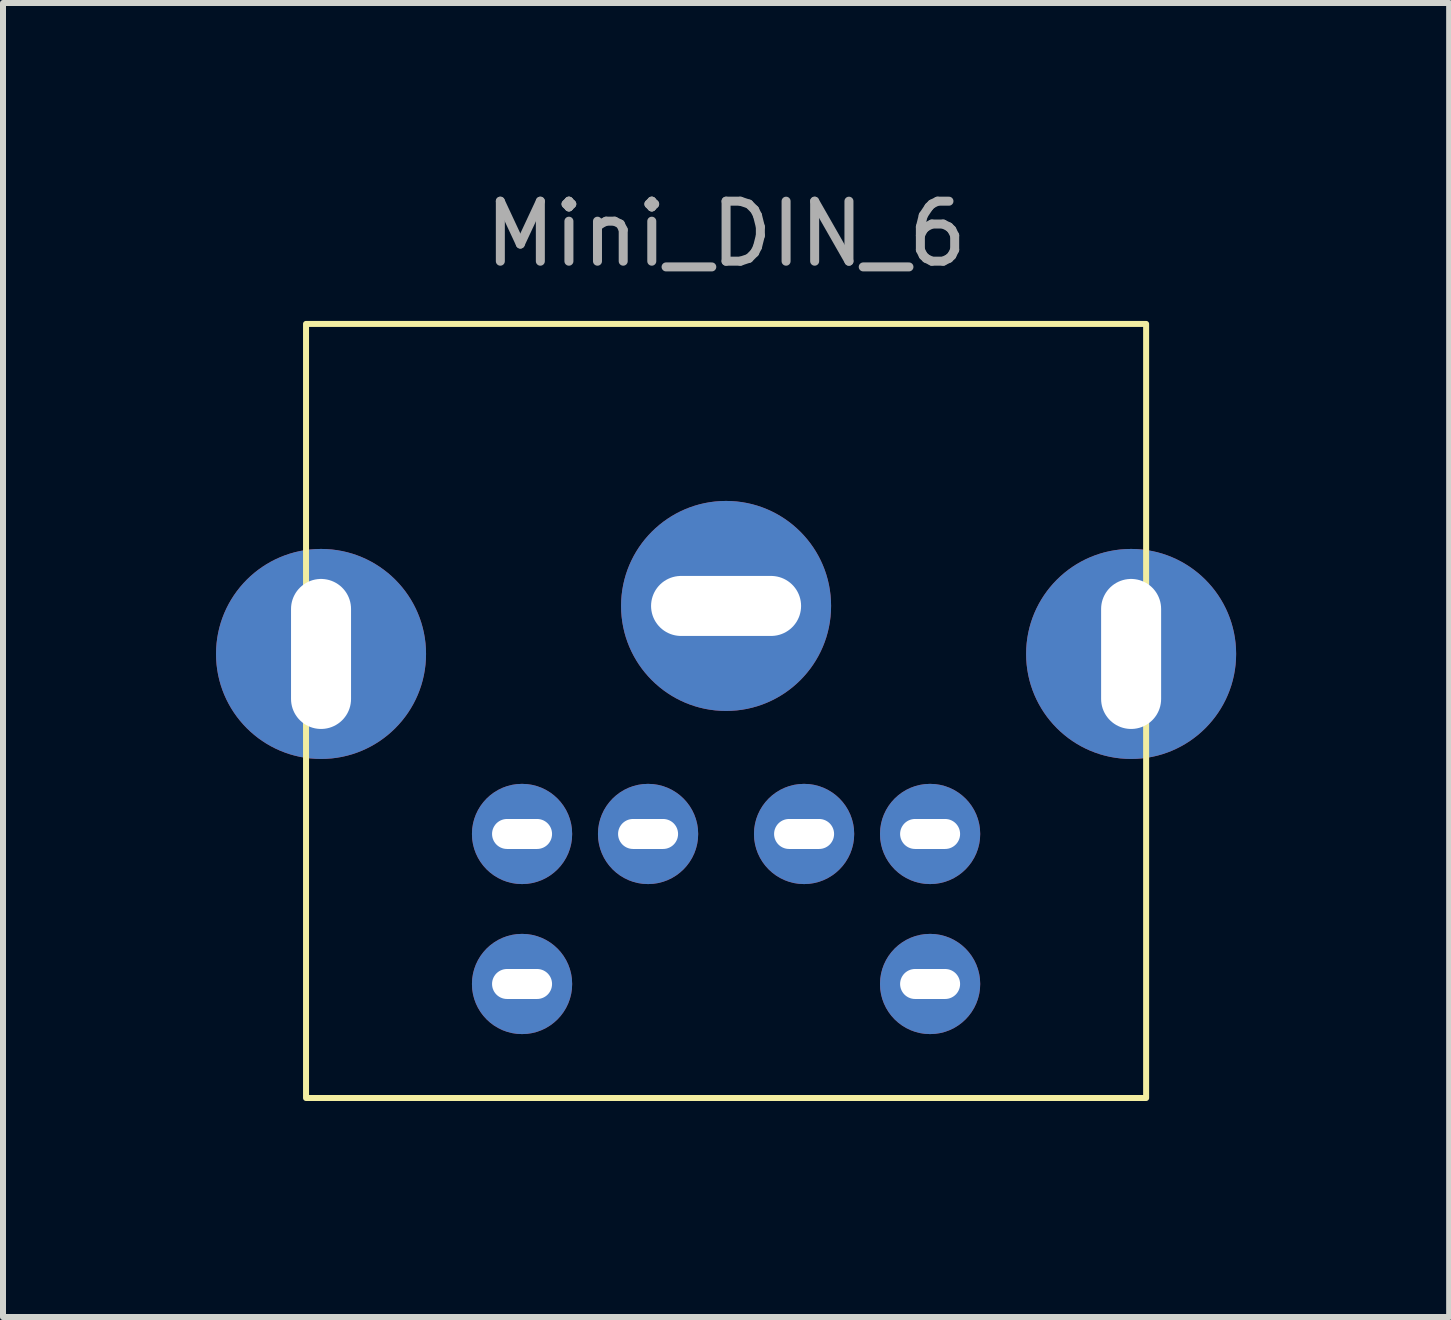
<source format=kicad_pcb>
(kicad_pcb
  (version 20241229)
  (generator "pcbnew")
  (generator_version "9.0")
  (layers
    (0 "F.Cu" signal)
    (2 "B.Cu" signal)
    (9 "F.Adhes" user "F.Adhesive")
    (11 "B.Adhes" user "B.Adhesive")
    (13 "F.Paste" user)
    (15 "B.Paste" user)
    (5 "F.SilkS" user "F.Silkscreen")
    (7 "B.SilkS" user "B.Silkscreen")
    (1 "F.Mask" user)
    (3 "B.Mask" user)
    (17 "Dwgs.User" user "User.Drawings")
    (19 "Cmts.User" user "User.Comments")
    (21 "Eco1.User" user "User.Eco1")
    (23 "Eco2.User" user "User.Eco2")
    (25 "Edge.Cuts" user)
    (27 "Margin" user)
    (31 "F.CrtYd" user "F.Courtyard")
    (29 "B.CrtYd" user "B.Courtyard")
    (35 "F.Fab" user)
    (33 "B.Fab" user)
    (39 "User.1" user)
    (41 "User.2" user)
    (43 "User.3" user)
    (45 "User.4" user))
  (footprint "Mini_DIN_6"
    (layer "F.Cu")
    (at 9.05 2.348)
    (property "Reference" "Mini_DIN_6" (at 0 -1.5 0) (unlocked yes) (layer "F.SilkS") (effects (font (size 1 1) (thickness 0.1))))
    (attr through_hole)
    (fp_rect (start -7 0) (end 7 12.9) (stroke (width 0.1) (type solid)) (fill no) (layer "F.SilkS"))
    (fp_rect (start -9 -0.5) (end 9 13.5) (stroke (width 0.1) (type solid)) (fill no) (layer "Margin"))
    (fp_text user "${REFERENCE}" (at 0 -1.5 0) (unlocked yes) (layer "F.Fab") (effects (font (size 1 1) (thickness 0.15))))
    (pad "1" thru_hole circle (at 1.3 8.5) (size 1.67 1.67) (drill oval 1 0.5) (layers "*.Cu" "*.Mask"))
    (pad "2" thru_hole circle (at -1.3 8.5) (size 1.67 1.67) (drill oval 1 0.5) (layers "*.Cu" "*.Mask"))
    (pad "3" thru_hole circle (at 3.4 8.5) (size 1.67 1.67) (drill oval 1 0.5) (layers "*.Cu" "*.Mask"))
    (pad "4" thru_hole circle (at -3.4 8.5) (size 1.67 1.67) (drill oval 1 0.5) (layers "*.Cu" "*.Mask"))
    (pad "5" thru_hole circle (at 3.4 11) (size 1.67 1.67) (drill oval 1 0.5) (layers "*.Cu" "*.Mask"))
    (pad "6" thru_hole circle (at -3.4 11) (size 1.67 1.67) (drill oval 1 0.5) (layers "*.Cu" "*.Mask"))
    (pad "A" thru_hole circle (at 0 4.7) (size 3.5 3.5) (drill oval 2.5 1) (layers "*.Cu" "*.Mask"))
    (pad "B" thru_hole circle (at 6.75 5.5 90) (size 3.5 3.5) (drill oval 2.5 1) (layers "*.Cu" "*.Mask"))
    (pad "C" thru_hole circle (at -6.75 5.5 90) (size 3.5 3.5) (drill oval 2.5 1) (layers "*.Cu" "*.Mask")))
  (gr_rect
    (start -3 -3)
    (end 21.1 18.898)
    (stroke (width 0.1) (type default))
    (fill no)
    (layer "Edge.Cuts")))
</source>
